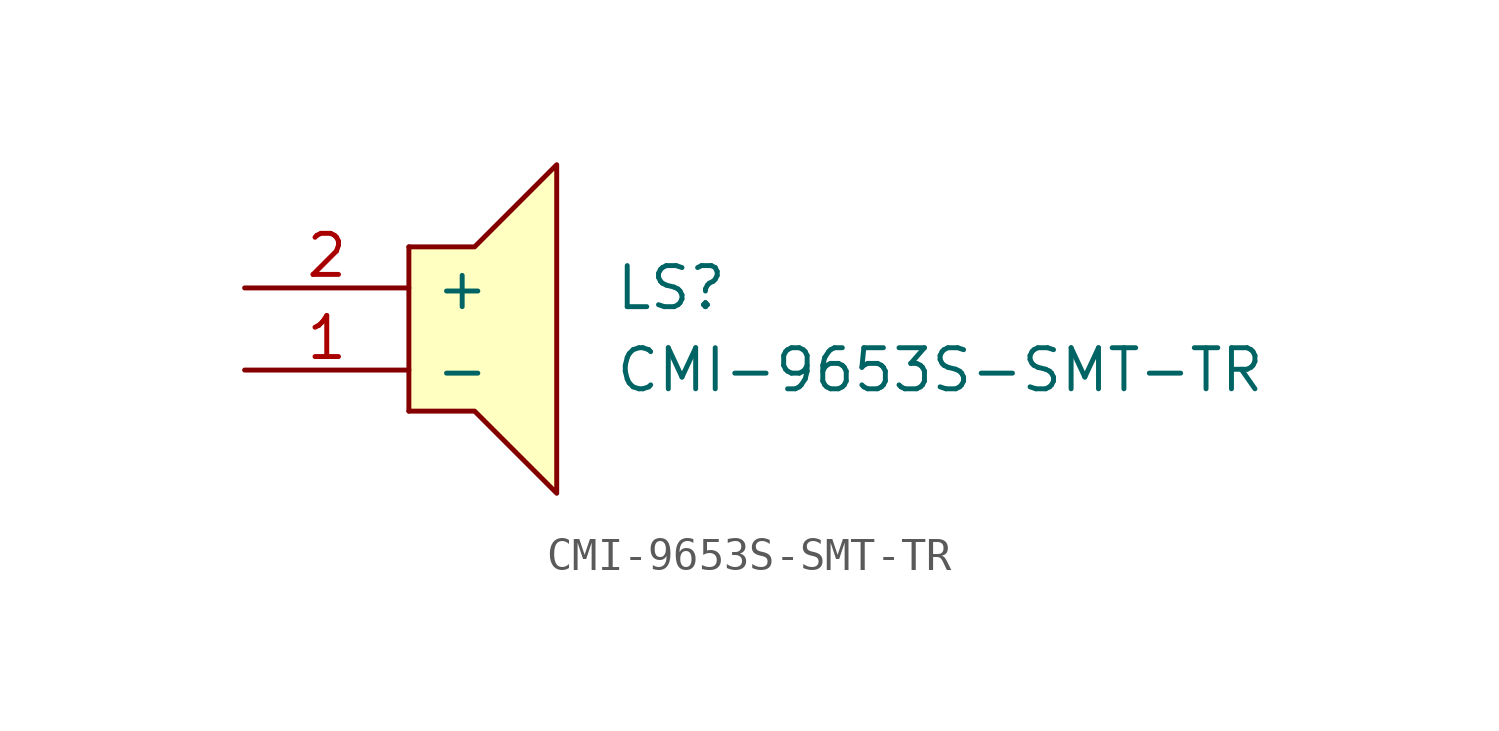
<source format=kicad_sym>
(kicad_symbol_lib
  (version 20220914)
  (generator kicad_symbol_editor)
  (symbol "CMI-9653S-SMT-TR"
    (pin_names
      (offset 0.762))
    (property "Reference" "LS"
      (at 11.43 0 0)
      (effects (font (size 1.27 1.27)) (justify left)))
    (property "Value" "CMI-9653S-SMT-TR"
      (at 11.43 -2.54 0)
      (effects (font (size 1.27 1.27)) (justify left)))
    (symbol "CMI-9653S-SMT-TR_0_0"
      (pin passive line (at 0 -2.54 0) (length 5.08) (name "-" (effects (font (size 1.27 1.27)))) (number "1" (effects (font (size 1.27 1.27)))))
      (pin passive line (at 0 0 0) (length 5.08) (name "+" (effects (font (size 1.27 1.27)))) (number "2" (effects (font (size 1.27 1.27))))))
    (symbol "CMI-9653S-SMT-TR_0_1"
      (polyline (pts (xy 5.08 1.27) (xy 5.08 -3.81)) (stroke (width 0.152) (type solid)) (fill (type none))))
    (symbol "CMI-9653S-SMT-TR_1_1"
      (polyline (pts (xy 5.08 1.27) (xy 7.112 1.27) (xy 9.652 3.81) (xy 9.652 -6.35) (xy 7.112 -3.81) (xy 5.08 -3.81)) (stroke (width 0.152) (type solid)) (fill (type background))))))
</source>
